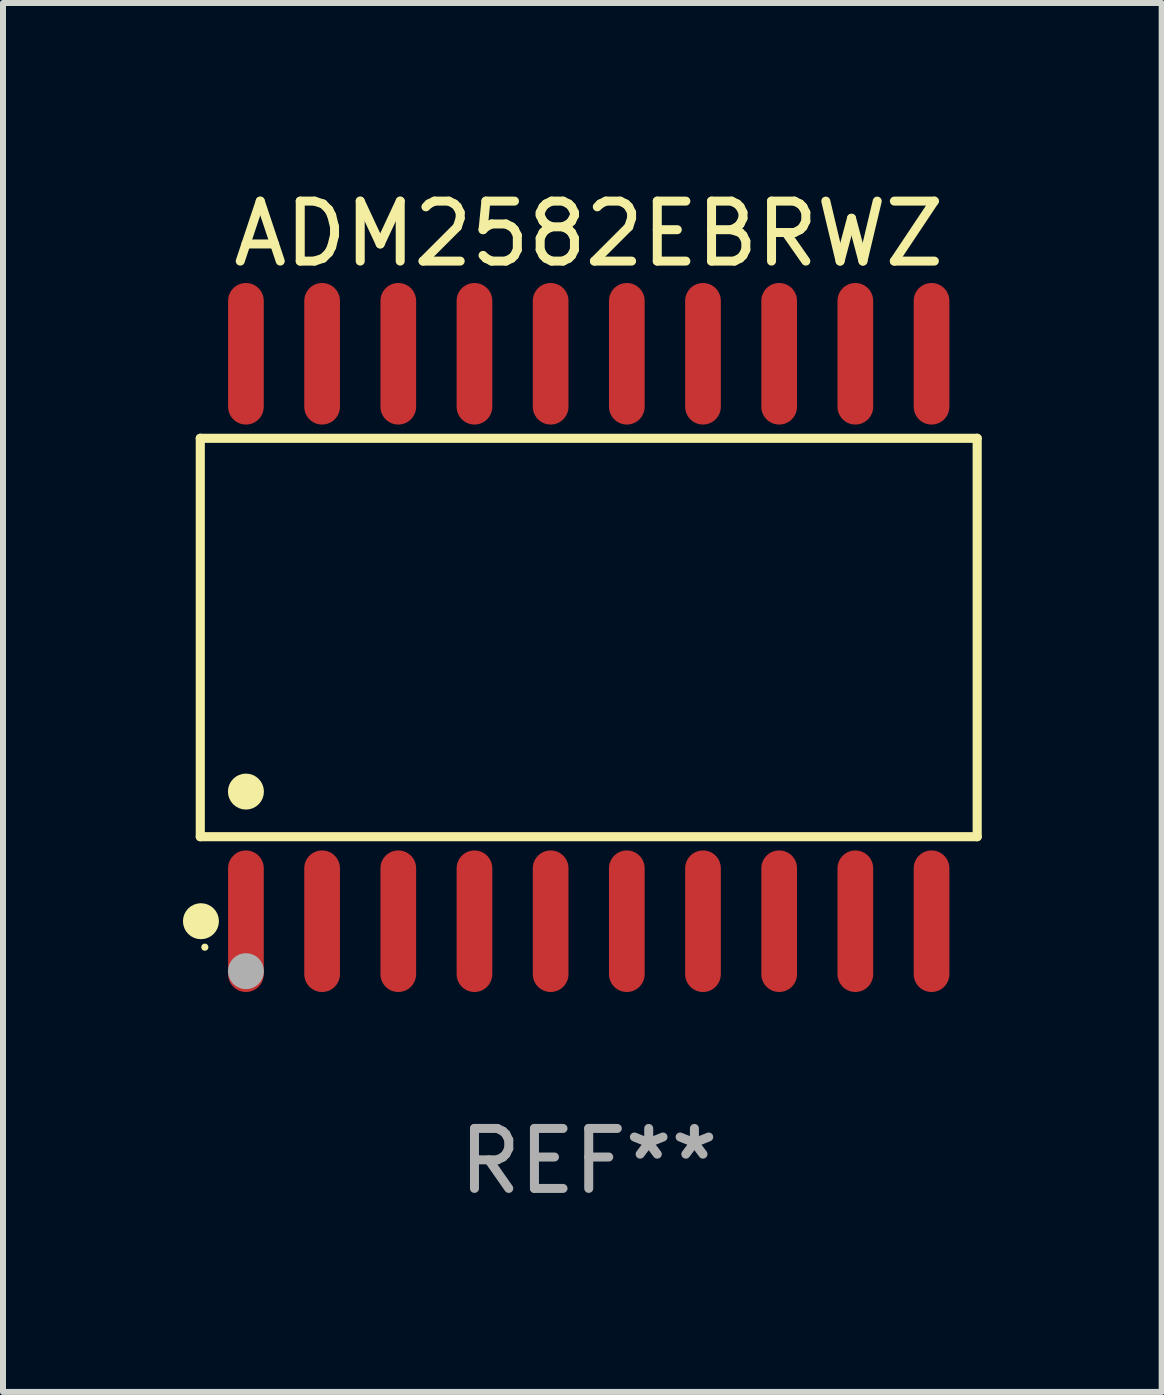
<source format=kicad_pcb>
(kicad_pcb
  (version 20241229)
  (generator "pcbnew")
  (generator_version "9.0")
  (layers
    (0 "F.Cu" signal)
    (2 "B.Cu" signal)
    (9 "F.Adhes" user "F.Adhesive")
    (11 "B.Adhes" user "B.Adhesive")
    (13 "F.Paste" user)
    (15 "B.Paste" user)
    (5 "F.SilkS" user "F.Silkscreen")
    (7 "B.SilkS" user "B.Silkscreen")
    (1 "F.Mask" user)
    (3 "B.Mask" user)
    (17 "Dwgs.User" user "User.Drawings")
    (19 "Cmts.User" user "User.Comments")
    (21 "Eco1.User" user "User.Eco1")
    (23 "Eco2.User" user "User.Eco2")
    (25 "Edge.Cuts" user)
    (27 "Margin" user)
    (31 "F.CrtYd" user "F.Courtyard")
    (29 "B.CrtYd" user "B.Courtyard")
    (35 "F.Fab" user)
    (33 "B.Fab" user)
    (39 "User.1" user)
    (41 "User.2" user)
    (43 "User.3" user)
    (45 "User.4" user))
  (footprint "ADM2582EBRWZ"
    (layer "F.Cu")
    (at 6.765 7.578)
    (property "Reference" "ADM2582EBRWZ" (at 0 -6.73 0) (layer "F.SilkS") (effects (font (size 1 1) (thickness 0.15))))
    (attr through_hole)
    (fp_line (start -6.476 -3.321) (end 6.476 -3.321) (stroke (width 0.152) (type solid)) (layer "F.SilkS"))
    (fp_line (start -6.476 3.321) (end -6.476 -3.321) (stroke (width 0.152) (type solid)) (layer "F.SilkS"))
    (fp_line (start 6.476 -3.321) (end 6.476 3.321) (stroke (width 0.152) (type solid)) (layer "F.SilkS"))
    (fp_line (start 6.476 3.321) (end -6.476 3.321) (stroke (width 0.152) (type solid)) (layer "F.SilkS"))
    (fp_circle (center -6.465 4.73) (end -6.315 4.73) (stroke (width 0.3) (type solid)) (fill no) (layer "F.SilkS"))
    (fp_circle (center -6.4 5.163) (end -6.37 5.163) (stroke (width 0.06) (type solid)) (fill no) (layer "F.SilkS"))
    (fp_circle (center -5.715 2.569) (end -5.565 2.569) (stroke (width 0.3) (type solid)) (fill no) (layer "F.SilkS"))
    (fp_circle (center -5.715 5.563) (end -5.565 5.563) (stroke (width 0.3) (type solid)) (fill no) (layer "F.Fab"))
    (fp_text user "REF**" (at 0 8.73 0) (layer "F.Fab") (effects (font (size 1 1) (thickness 0.15))))
    (pad "1" smd oval (at -5.715 4.73) (size 0.595 2.36) (layers "F.Cu" "F.Mask" "F.Paste"))
    (pad "2" smd oval (at -4.445 4.73) (size 0.595 2.36) (layers "F.Cu" "F.Mask" "F.Paste"))
    (pad "3" smd oval (at -3.175 4.73) (size 0.595 2.36) (layers "F.Cu" "F.Mask" "F.Paste"))
    (pad "4" smd oval (at -1.905 4.73) (size 0.595 2.36) (layers "F.Cu" "F.Mask" "F.Paste"))
    (pad "5" smd oval (at -0.635 4.73) (size 0.595 2.36) (layers "F.Cu" "F.Mask" "F.Paste"))
    (pad "6" smd oval (at 0.635 4.73) (size 0.595 2.36) (layers "F.Cu" "F.Mask" "F.Paste"))
    (pad "7" smd oval (at 1.905 4.73) (size 0.595 2.36) (layers "F.Cu" "F.Mask" "F.Paste"))
    (pad "8" smd oval (at 3.175 4.73) (size 0.595 2.36) (layers "F.Cu" "F.Mask" "F.Paste"))
    (pad "9" smd oval (at 4.445 4.73) (size 0.595 2.36) (layers "F.Cu" "F.Mask" "F.Paste"))
    (pad "10" smd oval (at 5.715 4.73) (size 0.595 2.36) (layers "F.Cu" "F.Mask" "F.Paste"))
    (pad "11" smd oval (at 5.715 -4.73) (size 0.595 2.36) (layers "F.Cu" "F.Mask" "F.Paste"))
    (pad "12" smd oval (at 4.445 -4.73) (size 0.595 2.36) (layers "F.Cu" "F.Mask" "F.Paste"))
    (pad "13" smd oval (at 3.175 -4.73) (size 0.595 2.36) (layers "F.Cu" "F.Mask" "F.Paste"))
    (pad "14" smd oval (at 1.905 -4.73) (size 0.595 2.36) (layers "F.Cu" "F.Mask" "F.Paste"))
    (pad "15" smd oval (at 0.635 -4.73) (size 0.595 2.36) (layers "F.Cu" "F.Mask" "F.Paste"))
    (pad "16" smd oval (at -0.635 -4.73) (size 0.595 2.36) (layers "F.Cu" "F.Mask" "F.Paste"))
    (pad "17" smd oval (at -1.905 -4.73) (size 0.595 2.36) (layers "F.Cu" "F.Mask" "F.Paste"))
    (pad "18" smd oval (at -3.175 -4.73) (size 0.595 2.36) (layers "F.Cu" "F.Mask" "F.Paste"))
    (pad "19" smd oval (at -4.445 -4.73) (size 0.595 2.36) (layers "F.Cu" "F.Mask" "F.Paste"))
    (pad "20" smd oval (at -5.715 -4.73) (size 0.595 2.36) (layers "F.Cu" "F.Mask" "F.Paste")))
  (gr_rect
    (start -3 -3)
    (end 16.317 20.156)
    (stroke (width 0.1) (type default))
    (fill no)
    (layer "Edge.Cuts")))
</source>
